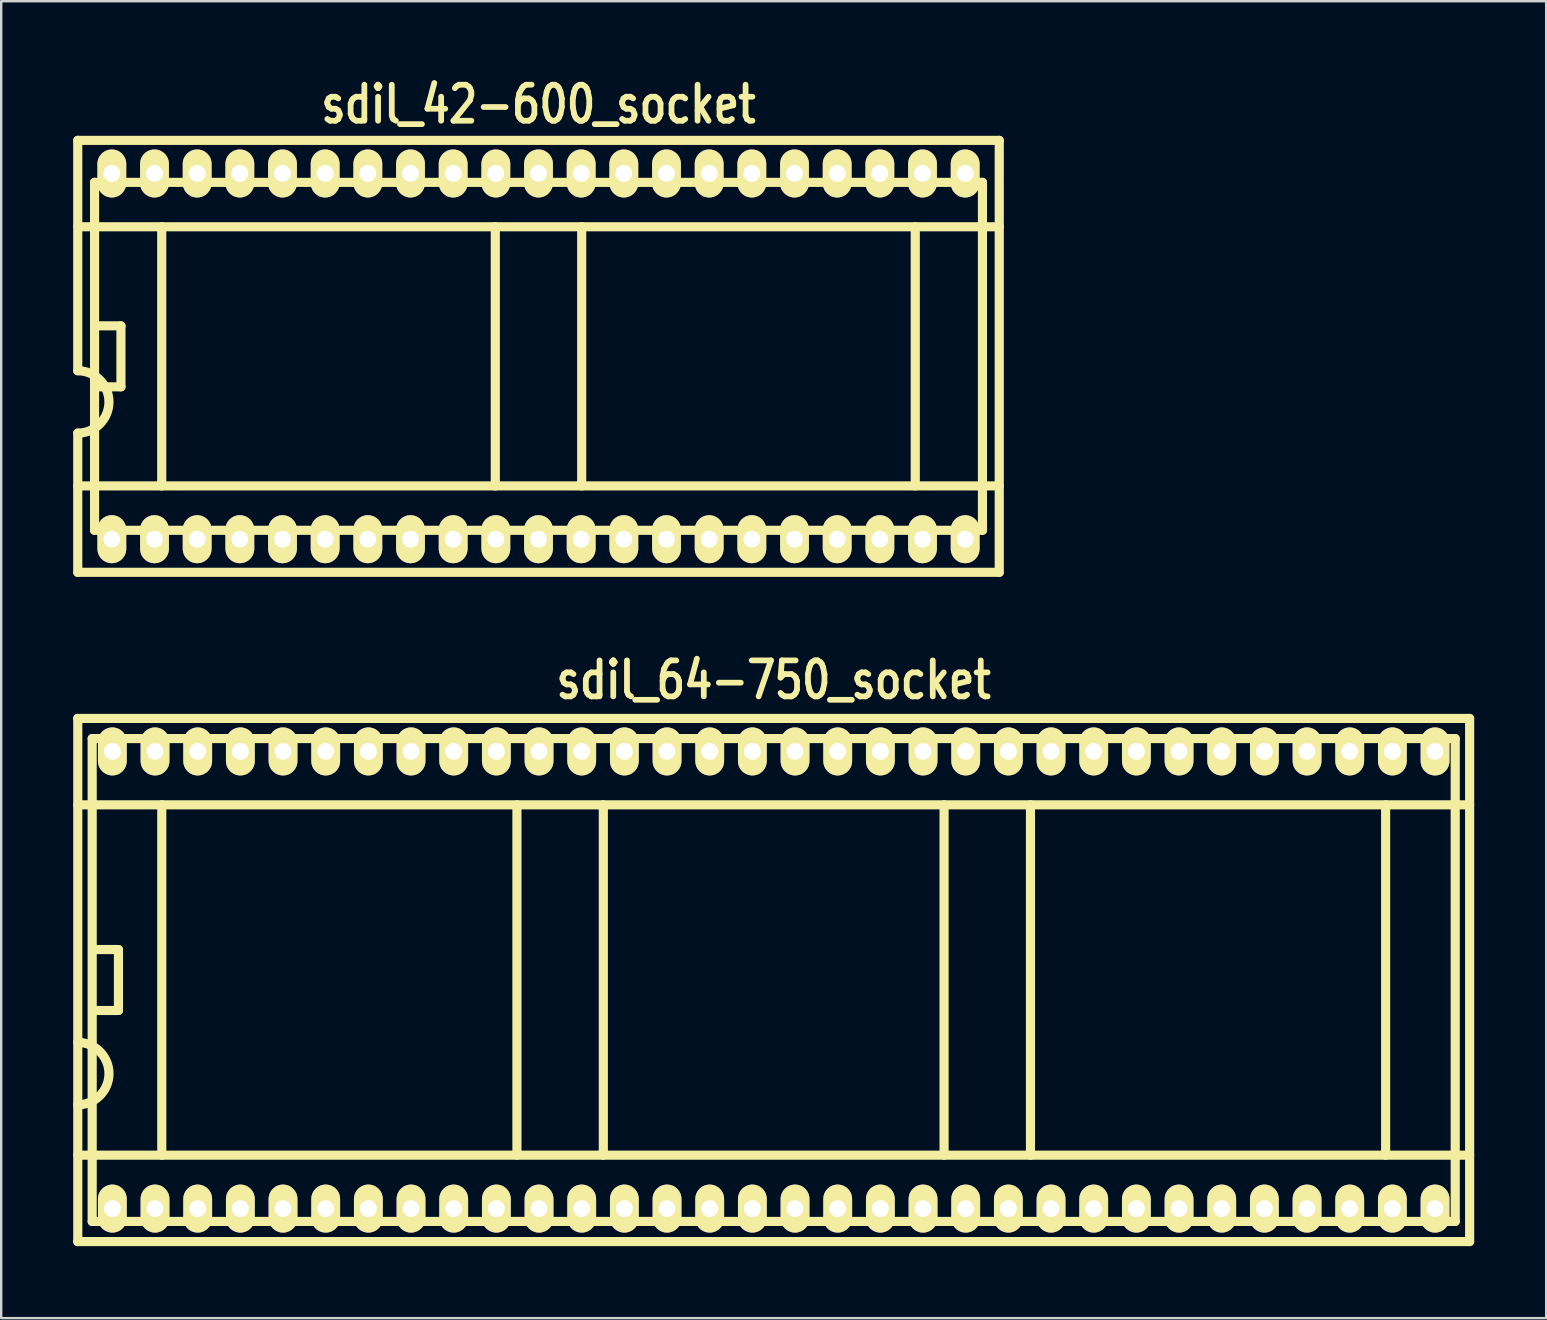
<source format=kicad_pcb>
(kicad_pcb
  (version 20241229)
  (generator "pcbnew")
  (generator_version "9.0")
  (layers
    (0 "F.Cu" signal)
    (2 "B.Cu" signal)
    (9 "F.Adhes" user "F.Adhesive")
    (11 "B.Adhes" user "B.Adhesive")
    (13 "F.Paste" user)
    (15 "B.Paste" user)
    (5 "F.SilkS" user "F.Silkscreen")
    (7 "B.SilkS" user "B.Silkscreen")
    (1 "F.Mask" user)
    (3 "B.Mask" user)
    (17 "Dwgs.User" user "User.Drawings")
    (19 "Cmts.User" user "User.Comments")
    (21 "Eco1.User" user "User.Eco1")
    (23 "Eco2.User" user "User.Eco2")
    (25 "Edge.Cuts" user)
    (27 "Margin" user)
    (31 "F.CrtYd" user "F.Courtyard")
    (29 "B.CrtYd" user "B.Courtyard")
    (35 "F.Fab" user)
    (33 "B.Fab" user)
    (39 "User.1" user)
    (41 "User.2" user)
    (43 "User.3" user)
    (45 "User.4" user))
  (footprint "sdil_42-600_socket"
    (layer "F.Cu")
    (at 19.39 11.799)
    (property "Reference" "sdil_42-600_socket" (at 0 -10.5 0) (layer "F.SilkS") (effects (font (size 1.5 1.2) (thickness 0.24))))
    (attr through_hole)
    (fp_line (start -19.2 -9) (end -19.2 0.6) (stroke (width 0.381) (type solid)) (layer "F.SilkS"))
    (fp_line (start -19.2 -5.4) (end 19.2 -5.4) (stroke (width 0.381) (type solid)) (layer "F.SilkS"))
    (fp_line (start -19.2 3.2) (end -19.2 9) (stroke (width 0.381) (type solid)) (layer "F.SilkS"))
    (fp_line (start -19.2 5.4) (end 19.2 5.4) (stroke (width 0.381) (type solid)) (layer "F.SilkS"))
    (fp_line (start -19.2 9) (end 19.2 9) (stroke (width 0.381) (type solid)) (layer "F.SilkS"))
    (fp_line (start -18.5 -7.25) (end -18.5 7.25) (stroke (width 0.381) (type solid)) (layer "F.SilkS"))
    (fp_line (start -17.4 -1.27) (end -18.5 -1.27) (stroke (width 0.381) (type solid)) (layer "F.SilkS"))
    (fp_line (start -17.4 -1.27) (end -17.4 1.27) (stroke (width 0.381) (type solid)) (layer "F.SilkS"))
    (fp_line (start -17.4 1.27) (end -18.5 1.27) (stroke (width 0.381) (type solid)) (layer "F.SilkS"))
    (fp_line (start -15.7 -5.4) (end -15.7 5.4) (stroke (width 0.381) (type solid)) (layer "F.SilkS"))
    (fp_line (start -1.8 -5.4) (end -1.8 5.4) (stroke (width 0.381) (type solid)) (layer "F.SilkS"))
    (fp_line (start 1.8 -5.4) (end 1.8 5.4) (stroke (width 0.381) (type solid)) (layer "F.SilkS"))
    (fp_line (start 15.7 -5.4) (end 15.7 5.4) (stroke (width 0.381) (type solid)) (layer "F.SilkS"))
    (fp_line (start 18.5 -7.25) (end -18.5 -7.25) (stroke (width 0.381) (type solid)) (layer "F.SilkS"))
    (fp_line (start 18.5 7.25) (end -18.5 7.25) (stroke (width 0.381) (type solid)) (layer "F.SilkS"))
    (fp_line (start 18.5 7.25) (end 18.5 -7.25) (stroke (width 0.381) (type solid)) (layer "F.SilkS"))
    (fp_line (start 19.2 -9) (end -19.2 -9) (stroke (width 0.381) (type solid)) (layer "F.SilkS"))
    (fp_line (start 19.2 9) (end 19.2 -9) (stroke (width 0.381) (type solid)) (layer "F.SilkS"))
    (fp_arc (start -19.2 0.6) (mid -17.9 1.9) (end -19.2 3.2) (stroke (width 0.381) (type solid)) (layer "F.SilkS"))
    (pad "1" thru_hole oval (at -17.78 7.62) (size 1.2 2) (drill 0.7) (layers "*.Cu" "*.Mask" "F.SilkS"))
    (pad "2" thru_hole oval (at -16.002 7.62) (size 1.2 2) (drill 0.7) (layers "*.Cu" "*.Mask" "F.SilkS"))
    (pad "3" thru_hole oval (at -14.224 7.62) (size 1.2 2) (drill 0.7) (layers "*.Cu" "*.Mask" "F.SilkS"))
    (pad "4" thru_hole oval (at -12.446 7.62) (size 1.2 2) (drill 0.7) (layers "*.Cu" "*.Mask" "F.SilkS"))
    (pad "5" thru_hole oval (at -10.668 7.62) (size 1.2 2) (drill 0.7) (layers "*.Cu" "*.Mask" "F.SilkS"))
    (pad "6" thru_hole oval (at -8.89 7.62) (size 1.2 2) (drill 0.7) (layers "*.Cu" "*.Mask" "F.SilkS"))
    (pad "7" thru_hole oval (at -7.112 7.62) (size 1.2 2) (drill 0.7) (layers "*.Cu" "*.Mask" "F.SilkS"))
    (pad "8" thru_hole oval (at -5.334 7.62) (size 1.2 2) (drill 0.7) (layers "*.Cu" "*.Mask" "F.SilkS"))
    (pad "9" thru_hole oval (at -3.556 7.62) (size 1.2 2) (drill 0.7) (layers "*.Cu" "*.Mask" "F.SilkS"))
    (pad "10" thru_hole oval (at -1.778 7.62) (size 1.2 2) (drill 0.7) (layers "*.Cu" "*.Mask" "F.SilkS"))
    (pad "11" thru_hole oval (at 0 7.62) (size 1.2 2) (drill 0.7) (layers "*.Cu" "*.Mask" "F.SilkS"))
    (pad "12" thru_hole oval (at 1.778 7.62) (size 1.2 2) (drill 0.7) (layers "*.Cu" "*.Mask" "F.SilkS"))
    (pad "13" thru_hole oval (at 3.556 7.62) (size 1.2 2) (drill 0.7) (layers "*.Cu" "*.Mask" "F.SilkS"))
    (pad "14" thru_hole oval (at 5.334 7.62) (size 1.2 2) (drill 0.7) (layers "*.Cu" "*.Mask" "F.SilkS"))
    (pad "15" thru_hole oval (at 7.112 7.62) (size 1.2 2) (drill 0.7) (layers "*.Cu" "*.Mask" "F.SilkS"))
    (pad "16" thru_hole oval (at 8.89 7.62) (size 1.2 2) (drill 0.7) (layers "*.Cu" "*.Mask" "F.SilkS"))
    (pad "17" thru_hole oval (at 10.668 7.62) (size 1.2 2) (drill 0.7) (layers "*.Cu" "*.Mask" "F.SilkS"))
    (pad "18" thru_hole oval (at 12.446 7.62) (size 1.2 2) (drill 0.7) (layers "*.Cu" "*.Mask" "F.SilkS"))
    (pad "19" thru_hole oval (at 14.224 7.62) (size 1.2 2) (drill 0.7) (layers "*.Cu" "*.Mask" "F.SilkS"))
    (pad "20" thru_hole oval (at 16.002 7.62) (size 1.2 2) (drill 0.7) (layers "*.Cu" "*.Mask" "F.SilkS"))
    (pad "21" thru_hole oval (at 17.78 7.62) (size 1.2 2) (drill 0.7) (layers "*.Cu" "*.Mask" "F.SilkS"))
    (pad "22" thru_hole oval (at 17.78 -7.62) (size 1.2 2) (drill 0.7) (layers "*.Cu" "*.Mask" "F.SilkS"))
    (pad "23" thru_hole oval (at 16.002 -7.62) (size 1.2 2) (drill 0.7) (layers "*.Cu" "*.Mask" "F.SilkS"))
    (pad "24" thru_hole oval (at 14.224 -7.62) (size 1.2 2) (drill 0.7) (layers "*.Cu" "*.Mask" "F.SilkS"))
    (pad "25" thru_hole oval (at 12.446 -7.62) (size 1.2 2) (drill 0.7) (layers "*.Cu" "*.Mask" "F.SilkS"))
    (pad "26" thru_hole oval (at 10.668 -7.62) (size 1.2 2) (drill 0.7) (layers "*.Cu" "*.Mask" "F.SilkS"))
    (pad "27" thru_hole oval (at 8.89 -7.62) (size 1.2 2) (drill 0.7) (layers "*.Cu" "*.Mask" "F.SilkS"))
    (pad "28" thru_hole oval (at 7.112 -7.62) (size 1.2 2) (drill 0.7) (layers "*.Cu" "*.Mask" "F.SilkS"))
    (pad "29" thru_hole oval (at 5.334 -7.62) (size 1.2 2) (drill 0.7) (layers "*.Cu" "*.Mask" "F.SilkS"))
    (pad "30" thru_hole oval (at 3.556 -7.62) (size 1.2 2) (drill 0.7) (layers "*.Cu" "*.Mask" "F.SilkS"))
    (pad "31" thru_hole oval (at 1.778 -7.62) (size 1.2 2) (drill 0.7) (layers "*.Cu" "*.Mask" "F.SilkS"))
    (pad "32" thru_hole oval (at 0 -7.62) (size 1.2 2) (drill 0.7) (layers "*.Cu" "*.Mask" "F.SilkS"))
    (pad "33" thru_hole oval (at -1.778 -7.62) (size 1.2 2) (drill 0.7) (layers "*.Cu" "*.Mask" "F.SilkS"))
    (pad "34" thru_hole oval (at -3.556 -7.62) (size 1.2 2) (drill 0.7) (layers "*.Cu" "*.Mask" "F.SilkS"))
    (pad "35" thru_hole oval (at -5.334 -7.62) (size 1.2 2) (drill 0.7) (layers "*.Cu" "*.Mask" "F.SilkS"))
    (pad "36" thru_hole oval (at -7.112 -7.62) (size 1.2 2) (drill 0.7) (layers "*.Cu" "*.Mask" "F.SilkS"))
    (pad "37" thru_hole oval (at -8.89 -7.62) (size 1.2 2) (drill 0.7) (layers "*.Cu" "*.Mask" "F.SilkS"))
    (pad "38" thru_hole oval (at -10.668 -7.62) (size 1.2 2) (drill 0.7) (layers "*.Cu" "*.Mask" "F.SilkS"))
    (pad "39" thru_hole oval (at -12.446 -7.62) (size 1.2 2) (drill 0.7) (layers "*.Cu" "*.Mask" "F.SilkS"))
    (pad "40" thru_hole oval (at -14.224 -7.62) (size 1.2 2) (drill 0.7) (layers "*.Cu" "*.Mask" "F.SilkS"))
    (pad "41" thru_hole oval (at -16.002 -7.62) (size 1.2 2) (drill 0.7) (layers "*.Cu" "*.Mask" "F.SilkS"))
    (pad "42" thru_hole oval (at -17.78 -7.62) (size 1.2 2) (drill 0.7) (layers "*.Cu" "*.Mask" "F.SilkS")))
  (footprint "sdil_64-750_socket"
    (layer "F.Cu")
    (at 29.191 37.788)
    (property "Reference" "sdil_64-750_socket" (at 0 -12.5 0) (layer "F.SilkS") (effects (font (size 1.5 1.2) (thickness 0.24))))
    (attr through_hole)
    (fp_line (start -29 -10.9) (end -29 10.9) (stroke (width 0.381) (type solid)) (layer "F.SilkS"))
    (fp_line (start -29 7.3) (end 29 7.3) (stroke (width 0.381) (type solid)) (layer "F.SilkS"))
    (fp_line (start -29 10.9) (end 29 10.9) (stroke (width 0.381) (type solid)) (layer "F.SilkS"))
    (fp_line (start -28.4 -10.06) (end -28.4 10.06) (stroke (width 0.381) (type solid)) (layer "F.SilkS"))
    (fp_line (start -27.305 -1.27) (end -28.321 -1.27) (stroke (width 0.381) (type solid)) (layer "F.SilkS"))
    (fp_line (start -27.305 -1.27) (end -27.305 1.27) (stroke (width 0.381) (type solid)) (layer "F.SilkS"))
    (fp_line (start -27.305 1.27) (end -28.321 1.27) (stroke (width 0.381) (type solid)) (layer "F.SilkS"))
    (fp_line (start -25.5 -7.3) (end -25.5 7.3) (stroke (width 0.381) (type solid)) (layer "F.SilkS"))
    (fp_line (start -10.7 7.3) (end -10.7 -7.3) (stroke (width 0.381) (type solid)) (layer "F.SilkS"))
    (fp_line (start -7.1 7.3) (end -7.1 -7.3) (stroke (width 0.381) (type solid)) (layer "F.SilkS"))
    (fp_line (start 7.1 -7.3) (end 7.1 7.3) (stroke (width 0.381) (type solid)) (layer "F.SilkS"))
    (fp_line (start 10.7 -7.3) (end 10.7 7.3) (stroke (width 0.381) (type solid)) (layer "F.SilkS"))
    (fp_line (start 25.5 7.3) (end 25.5 -7.3) (stroke (width 0.381) (type solid)) (layer "F.SilkS"))
    (fp_line (start 28.4 -10.06) (end -28.4 -10.06) (stroke (width 0.381) (type solid)) (layer "F.SilkS"))
    (fp_line (start 28.4 10.06) (end -28.4 10.06) (stroke (width 0.381) (type solid)) (layer "F.SilkS"))
    (fp_line (start 28.4 10.06) (end 28.4 -10.06) (stroke (width 0.381) (type solid)) (layer "F.SilkS"))
    (fp_line (start 29 -10.9) (end -29 -10.9) (stroke (width 0.381) (type solid)) (layer "F.SilkS"))
    (fp_line (start 29 -10.9) (end 29 10.9) (stroke (width 0.381) (type solid)) (layer "F.SilkS"))
    (fp_line (start 29 -7.3) (end -29 -7.3) (stroke (width 0.381) (type solid)) (layer "F.SilkS"))
    (fp_arc (start -29 2.6) (mid -27.7 3.9) (end -29 5.2) (stroke (width 0.381) (type solid)) (layer "F.SilkS"))
    (pad "1" thru_hole oval (at -27.559 9.525) (size 1.2 2) (drill 0.7) (layers "*.Cu" "*.Mask" "F.SilkS"))
    (pad "2" thru_hole oval (at -25.781 9.525) (size 1.2 2) (drill 0.7) (layers "*.Cu" "*.Mask" "F.SilkS"))
    (pad "3" thru_hole oval (at -24.003 9.525) (size 1.2 2) (drill 0.7) (layers "*.Cu" "*.Mask" "F.SilkS"))
    (pad "4" thru_hole oval (at -22.225 9.525) (size 1.2 2) (drill 0.7) (layers "*.Cu" "*.Mask" "F.SilkS"))
    (pad "5" thru_hole oval (at -20.447 9.525) (size 1.2 2) (drill 0.7) (layers "*.Cu" "*.Mask" "F.SilkS"))
    (pad "6" thru_hole oval (at -18.669 9.525) (size 1.2 2) (drill 0.7) (layers "*.Cu" "*.Mask" "F.SilkS"))
    (pad "7" thru_hole oval (at -16.891 9.525) (size 1.2 2) (drill 0.7) (layers "*.Cu" "*.Mask" "F.SilkS"))
    (pad "8" thru_hole oval (at -15.113 9.525) (size 1.2 2) (drill 0.7) (layers "*.Cu" "*.Mask" "F.SilkS"))
    (pad "9" thru_hole oval (at -13.335 9.525) (size 1.2 2) (drill 0.7) (layers "*.Cu" "*.Mask" "F.SilkS"))
    (pad "10" thru_hole oval (at -11.557 9.525) (size 1.2 2) (drill 0.7) (layers "*.Cu" "*.Mask" "F.SilkS"))
    (pad "11" thru_hole oval (at -9.779 9.525) (size 1.2 2) (drill 0.7) (layers "*.Cu" "*.Mask" "F.SilkS"))
    (pad "12" thru_hole oval (at -8.001 9.525) (size 1.2 2) (drill 0.7) (layers "*.Cu" "*.Mask" "F.SilkS"))
    (pad "13" thru_hole oval (at -6.223 9.525) (size 1.2 2) (drill 0.7) (layers "*.Cu" "*.Mask" "F.SilkS"))
    (pad "14" thru_hole oval (at -4.445 9.525) (size 1.2 2) (drill 0.7) (layers "*.Cu" "*.Mask" "F.SilkS"))
    (pad "15" thru_hole oval (at -2.667 9.525) (size 1.2 2) (drill 0.7) (layers "*.Cu" "*.Mask" "F.SilkS"))
    (pad "16" thru_hole oval (at -0.889 9.525) (size 1.2 2) (drill 0.7) (layers "*.Cu" "*.Mask" "F.SilkS"))
    (pad "17" thru_hole oval (at 0.889 9.525) (size 1.2 2) (drill 0.7) (layers "*.Cu" "*.Mask" "F.SilkS"))
    (pad "18" thru_hole oval (at 2.667 9.525) (size 1.2 2) (drill 0.7) (layers "*.Cu" "*.Mask" "F.SilkS"))
    (pad "19" thru_hole oval (at 4.445 9.525) (size 1.2 2) (drill 0.7) (layers "*.Cu" "*.Mask" "F.SilkS"))
    (pad "20" thru_hole oval (at 6.223 9.525) (size 1.2 2) (drill 0.7) (layers "*.Cu" "*.Mask" "F.SilkS"))
    (pad "21" thru_hole oval (at 8.001 9.525) (size 1.2 2) (drill 0.7) (layers "*.Cu" "*.Mask" "F.SilkS"))
    (pad "22" thru_hole oval (at 9.779 9.525) (size 1.2 2) (drill 0.7) (layers "*.Cu" "*.Mask" "F.SilkS"))
    (pad "23" thru_hole oval (at 11.557 9.525) (size 1.2 2) (drill 0.7) (layers "*.Cu" "*.Mask" "F.SilkS"))
    (pad "24" thru_hole oval (at 13.335 9.525) (size 1.2 2) (drill 0.7) (layers "*.Cu" "*.Mask" "F.SilkS"))
    (pad "25" thru_hole oval (at 15.113 9.525) (size 1.2 2) (drill 0.7) (layers "*.Cu" "*.Mask" "F.SilkS"))
    (pad "26" thru_hole oval (at 16.891 9.525) (size 1.2 2) (drill 0.7) (layers "*.Cu" "*.Mask" "F.SilkS"))
    (pad "27" thru_hole oval (at 18.669 9.525) (size 1.2 2) (drill 0.7) (layers "*.Cu" "*.Mask" "F.SilkS"))
    (pad "28" thru_hole oval (at 20.447 9.525) (size 1.2 2) (drill 0.7) (layers "*.Cu" "*.Mask" "F.SilkS"))
    (pad "29" thru_hole oval (at 22.225 9.525) (size 1.2 2) (drill 0.7) (layers "*.Cu" "*.Mask" "F.SilkS"))
    (pad "30" thru_hole oval (at 24.003 9.525) (size 1.2 2) (drill 0.7) (layers "*.Cu" "*.Mask" "F.SilkS"))
    (pad "31" thru_hole oval (at 25.781 9.525) (size 1.2 2) (drill 0.7) (layers "*.Cu" "*.Mask" "F.SilkS"))
    (pad "32" thru_hole oval (at 27.559 9.525) (size 1.2 2) (drill 0.7) (layers "*.Cu" "*.Mask" "F.SilkS"))
    (pad "33" thru_hole oval (at 27.559 -9.525) (size 1.2 2) (drill 0.7) (layers "*.Cu" "*.Mask" "F.SilkS"))
    (pad "34" thru_hole oval (at 25.781 -9.525) (size 1.2 2) (drill 0.7) (layers "*.Cu" "*.Mask" "F.SilkS"))
    (pad "35" thru_hole oval (at 24.003 -9.525) (size 1.2 2) (drill 0.7) (layers "*.Cu" "*.Mask" "F.SilkS"))
    (pad "36" thru_hole oval (at 22.225 -9.525) (size 1.2 2) (drill 0.7) (layers "*.Cu" "*.Mask" "F.SilkS"))
    (pad "37" thru_hole oval (at 20.447 -9.525) (size 1.2 2) (drill 0.7) (layers "*.Cu" "*.Mask" "F.SilkS"))
    (pad "38" thru_hole oval (at 18.669 -9.525) (size 1.2 2) (drill 0.7) (layers "*.Cu" "*.Mask" "F.SilkS"))
    (pad "39" thru_hole oval (at 16.891 -9.525) (size 1.2 2) (drill 0.7) (layers "*.Cu" "*.Mask" "F.SilkS"))
    (pad "40" thru_hole oval (at 15.113 -9.525) (size 1.2 2) (drill 0.7) (layers "*.Cu" "*.Mask" "F.SilkS"))
    (pad "41" thru_hole oval (at 13.335 -9.525) (size 1.2 2) (drill 0.7) (layers "*.Cu" "*.Mask" "F.SilkS"))
    (pad "42" thru_hole oval (at 11.557 -9.525) (size 1.2 2) (drill 0.7) (layers "*.Cu" "*.Mask" "F.SilkS"))
    (pad "43" thru_hole oval (at 9.779 -9.525) (size 1.2 2) (drill 0.7) (layers "*.Cu" "*.Mask" "F.SilkS"))
    (pad "44" thru_hole oval (at 8.001 -9.525) (size 1.2 2) (drill 0.7) (layers "*.Cu" "*.Mask" "F.SilkS"))
    (pad "45" thru_hole oval (at 6.223 -9.525) (size 1.2 2) (drill 0.7) (layers "*.Cu" "*.Mask" "F.SilkS"))
    (pad "46" thru_hole oval (at 4.445 -9.525) (size 1.2 2) (drill 0.7) (layers "*.Cu" "*.Mask" "F.SilkS"))
    (pad "47" thru_hole oval (at 2.667 -9.525) (size 1.2 2) (drill 0.7) (layers "*.Cu" "*.Mask" "F.SilkS"))
    (pad "48" thru_hole oval (at 0.889 -9.525) (size 1.2 2) (drill 0.7) (layers "*.Cu" "*.Mask" "F.SilkS"))
    (pad "49" thru_hole oval (at -0.889 -9.525) (size 1.2 2) (drill 0.7) (layers "*.Cu" "*.Mask" "F.SilkS"))
    (pad "50" thru_hole oval (at -2.667 -9.525) (size 1.2 2) (drill 0.7) (layers "*.Cu" "*.Mask" "F.SilkS"))
    (pad "51" thru_hole oval (at -4.445 -9.525) (size 1.2 2) (drill 0.7) (layers "*.Cu" "*.Mask" "F.SilkS"))
    (pad "52" thru_hole oval (at -6.223 -9.525) (size 1.2 2) (drill 0.7) (layers "*.Cu" "*.Mask" "F.SilkS"))
    (pad "53" thru_hole oval (at -8.001 -9.525) (size 1.2 2) (drill 0.7) (layers "*.Cu" "*.Mask" "F.SilkS"))
    (pad "54" thru_hole oval (at -9.779 -9.525) (size 1.2 2) (drill 0.7) (layers "*.Cu" "*.Mask" "F.SilkS"))
    (pad "55" thru_hole oval (at -11.557 -9.525) (size 1.2 2) (drill 0.7) (layers "*.Cu" "*.Mask" "F.SilkS"))
    (pad "56" thru_hole oval (at -13.335 -9.525) (size 1.2 2) (drill 0.7) (layers "*.Cu" "*.Mask" "F.SilkS"))
    (pad "57" thru_hole oval (at -15.113 -9.525) (size 1.2 2) (drill 0.7) (layers "*.Cu" "*.Mask" "F.SilkS"))
    (pad "58" thru_hole oval (at -16.891 -9.525) (size 1.2 2) (drill 0.7) (layers "*.Cu" "*.Mask" "F.SilkS"))
    (pad "59" thru_hole oval (at -18.669 -9.525) (size 1.2 2) (drill 0.7) (layers "*.Cu" "*.Mask" "F.SilkS"))
    (pad "60" thru_hole oval (at -20.447 -9.525) (size 1.2 2) (drill 0.7) (layers "*.Cu" "*.Mask" "F.SilkS"))
    (pad "61" thru_hole oval (at -22.225 -9.525) (size 1.2 2) (drill 0.7) (layers "*.Cu" "*.Mask" "F.SilkS"))
    (pad "62" thru_hole oval (at -24.003 -9.525) (size 1.2 2) (drill 0.7) (layers "*.Cu" "*.Mask" "F.SilkS"))
    (pad "63" thru_hole oval (at -25.781 -9.525) (size 1.2 2) (drill 0.7) (layers "*.Cu" "*.Mask" "F.SilkS"))
    (pad "64" thru_hole oval (at -27.559 -9.525) (size 1.2 2) (drill 0.7) (layers "*.Cu" "*.Mask" "F.SilkS")))
  (gr_rect
    (start -3 -3)
    (end 61.381 51.878)
    (stroke (width 0.1) (type default))
    (fill no)
    (layer "Edge.Cuts")))
</source>
